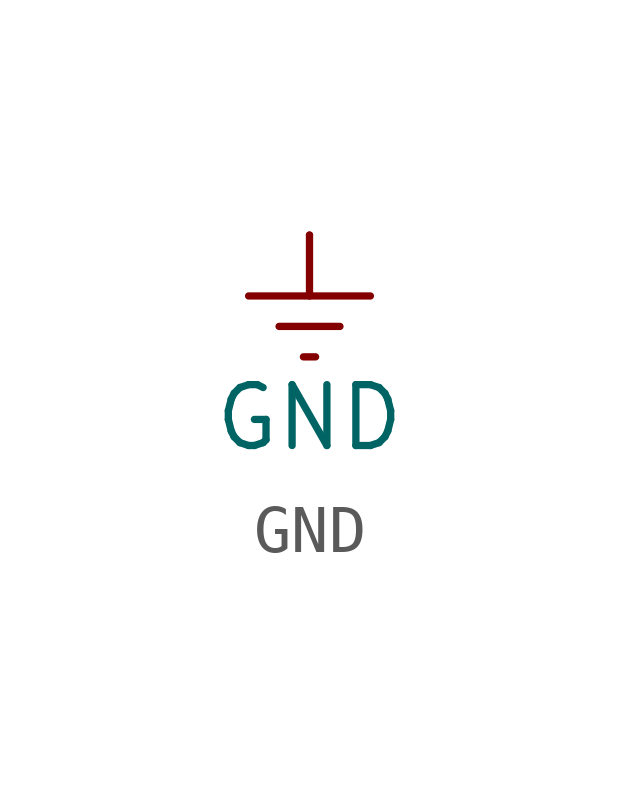
<source format=kicad_sym>
(kicad_symbol_lib
  (version 20231120)
  (generator "kicad_symbol_editor")
  (generator_version "8.0")
  (symbol "GND"
    (power)
    (pin_numbers hide)
    (pin_names
      (offset 0) hide)
    (property "Reference" "#PWR"
      (at 0 -6.35 0)
      (effects (font (size 1.27 1.27)) (hide yes)))
    (property "Value" "GND"
      (at 0 -3.81 0)
      (effects (font (size 1.27 1.27))))
    (symbol "GND_0_1"
      (polyline (pts (xy -0.635 -1.905) (xy 0.635 -1.905)) (stroke (width 0) (type default)) (fill (type none)))
      (polyline (pts (xy -0.127 -2.54) (xy 0.127 -2.54)) (stroke (width 0) (type default)) (fill (type none)))
      (polyline (pts (xy 0 -1.27) (xy 0 0)) (stroke (width 0) (type default)) (fill (type none)))
      (polyline (pts (xy 1.27 -1.27) (xy -1.27 -1.27)) (stroke (width 0) (type default)) (fill (type none))))
    (symbol "GND_1_1"
      (pin power_in line (at 0 0 270) (length 0) (name "~" (effects (font (size 1.27 1.27)))) (number "1" (effects (font (size 1.27 1.27))))))))
</source>
